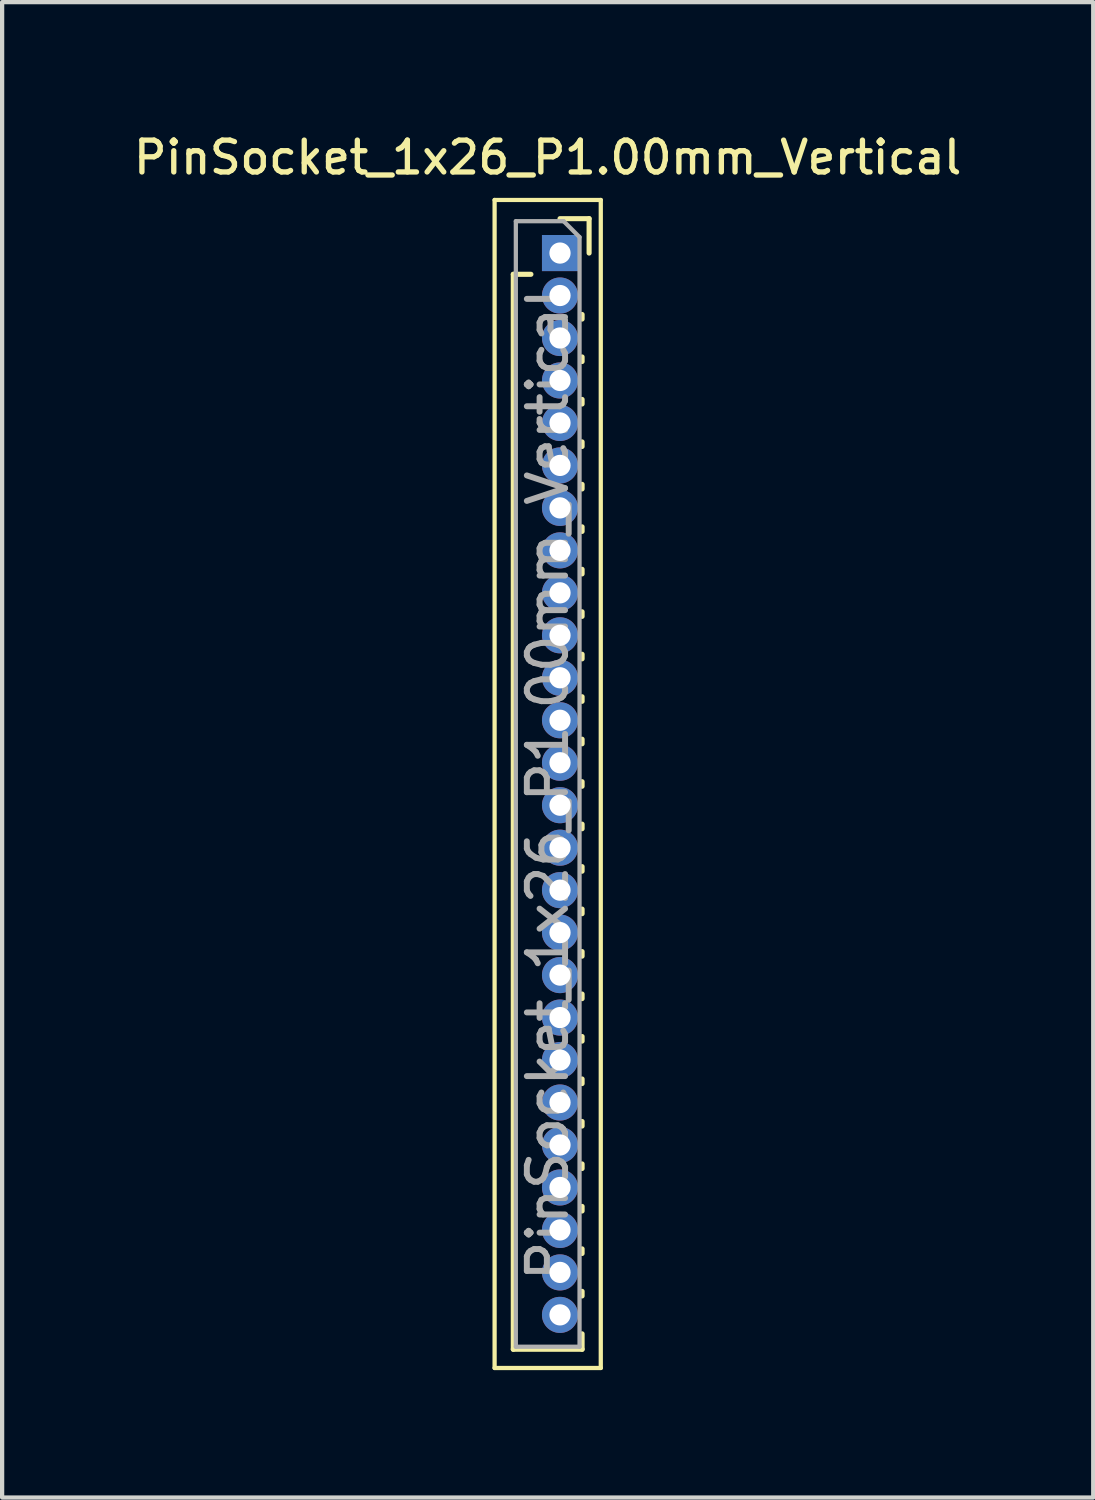
<source format=kicad_pcb>
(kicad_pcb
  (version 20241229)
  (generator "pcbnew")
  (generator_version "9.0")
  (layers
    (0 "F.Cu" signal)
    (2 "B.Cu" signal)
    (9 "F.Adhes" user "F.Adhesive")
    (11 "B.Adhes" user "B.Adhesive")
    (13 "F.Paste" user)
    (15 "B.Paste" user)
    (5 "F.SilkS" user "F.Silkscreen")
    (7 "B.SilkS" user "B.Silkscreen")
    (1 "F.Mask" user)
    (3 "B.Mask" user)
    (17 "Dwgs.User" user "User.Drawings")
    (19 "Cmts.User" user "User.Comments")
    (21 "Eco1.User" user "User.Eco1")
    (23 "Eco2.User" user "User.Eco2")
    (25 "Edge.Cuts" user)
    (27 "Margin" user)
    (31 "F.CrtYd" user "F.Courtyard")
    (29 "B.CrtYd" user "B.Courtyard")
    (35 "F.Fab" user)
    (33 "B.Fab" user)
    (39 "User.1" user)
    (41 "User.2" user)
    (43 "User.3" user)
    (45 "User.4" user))
  (footprint "PinSocket_1x26_P1.00mm_Vertical"
    (layer "F.Cu")
    (at 10.135 2.908)
    (property "Reference" "PinSocket_1x26_P1.00mm_Vertical" (at -0.29 -2.25 0) (layer "F.SilkS") (effects (font (size 0.75 0.75) (thickness 0.125))))
    (attr through_hole)
    (fp_line (start -1.54 -1.25) (end 0.96 -1.25) (stroke (width 0.1) (type solid)) (layer "F.SilkS"))
    (fp_line (start -1.54 26.25) (end -1.54 -1.25) (stroke (width 0.1) (type solid)) (layer "F.SilkS"))
    (fp_line (start -1.1 0.5) (end -1.1 25.81) (stroke (width 0.12) (type solid)) (layer "F.SilkS"))
    (fp_line (start -1.1 0.5) (end -0.685 0.5) (stroke (width 0.12) (type solid)) (layer "F.SilkS"))
    (fp_line (start -1.1 25.81) (end 0.52 25.81) (stroke (width 0.12) (type solid)) (layer "F.SilkS"))
    (fp_line (start 0 -0.81) (end 0.685 -0.81) (stroke (width 0.12) (type solid)) (layer "F.SilkS"))
    (fp_line (start 0.52 1.446) (end 0.52 1.554) (stroke (width 0.12) (type solid)) (layer "F.SilkS"))
    (fp_line (start 0.52 2.446) (end 0.52 2.554) (stroke (width 0.12) (type solid)) (layer "F.SilkS"))
    (fp_line (start 0.52 3.446) (end 0.52 3.554) (stroke (width 0.12) (type solid)) (layer "F.SilkS"))
    (fp_line (start 0.52 4.446) (end 0.52 4.554) (stroke (width 0.12) (type solid)) (layer "F.SilkS"))
    (fp_line (start 0.52 5.446) (end 0.52 5.554) (stroke (width 0.12) (type solid)) (layer "F.SilkS"))
    (fp_line (start 0.52 6.446) (end 0.52 6.554) (stroke (width 0.12) (type solid)) (layer "F.SilkS"))
    (fp_line (start 0.52 7.446) (end 0.52 7.554) (stroke (width 0.12) (type solid)) (layer "F.SilkS"))
    (fp_line (start 0.52 8.446) (end 0.52 8.554) (stroke (width 0.12) (type solid)) (layer "F.SilkS"))
    (fp_line (start 0.52 9.446) (end 0.52 9.554) (stroke (width 0.12) (type solid)) (layer "F.SilkS"))
    (fp_line (start 0.52 10.446) (end 0.52 10.554) (stroke (width 0.12) (type solid)) (layer "F.SilkS"))
    (fp_line (start 0.52 11.446) (end 0.52 11.554) (stroke (width 0.12) (type solid)) (layer "F.SilkS"))
    (fp_line (start 0.52 12.446) (end 0.52 12.554) (stroke (width 0.12) (type solid)) (layer "F.SilkS"))
    (fp_line (start 0.52 13.446) (end 0.52 13.554) (stroke (width 0.12) (type solid)) (layer "F.SilkS"))
    (fp_line (start 0.52 14.446) (end 0.52 14.554) (stroke (width 0.12) (type solid)) (layer "F.SilkS"))
    (fp_line (start 0.52 15.446) (end 0.52 15.554) (stroke (width 0.12) (type solid)) (layer "F.SilkS"))
    (fp_line (start 0.52 16.446) (end 0.52 16.554) (stroke (width 0.12) (type solid)) (layer "F.SilkS"))
    (fp_line (start 0.52 17.446) (end 0.52 17.554) (stroke (width 0.12) (type solid)) (layer "F.SilkS"))
    (fp_line (start 0.52 18.446) (end 0.52 18.554) (stroke (width 0.12) (type solid)) (layer "F.SilkS"))
    (fp_line (start 0.52 19.446) (end 0.52 19.554) (stroke (width 0.12) (type solid)) (layer "F.SilkS"))
    (fp_line (start 0.52 20.446) (end 0.52 20.554) (stroke (width 0.12) (type solid)) (layer "F.SilkS"))
    (fp_line (start 0.52 21.446) (end 0.52 21.554) (stroke (width 0.12) (type solid)) (layer "F.SilkS"))
    (fp_line (start 0.52 22.446) (end 0.52 22.554) (stroke (width 0.12) (type solid)) (layer "F.SilkS"))
    (fp_line (start 0.52 23.446) (end 0.52 23.554) (stroke (width 0.12) (type solid)) (layer "F.SilkS"))
    (fp_line (start 0.52 24.446) (end 0.52 24.554) (stroke (width 0.12) (type solid)) (layer "F.SilkS"))
    (fp_line (start 0.52 25.446) (end 0.52 25.81) (stroke (width 0.12) (type solid)) (layer "F.SilkS"))
    (fp_line (start 0.685 -0.81) (end 0.685 0) (stroke (width 0.12) (type solid)) (layer "F.SilkS"))
    (fp_line (start 0.96 -1.25) (end 0.96 26.25) (stroke (width 0.1) (type solid)) (layer "F.SilkS"))
    (fp_line (start 0.96 26.25) (end -1.54 26.25) (stroke (width 0.1) (type solid)) (layer "F.SilkS"))
    (fp_line (start -1.04 -0.75) (end 0.085 -0.75) (stroke (width 0.1) (type solid)) (layer "F.Fab"))
    (fp_line (start -1.04 25.75) (end -1.04 -0.75) (stroke (width 0.1) (type solid)) (layer "F.Fab"))
    (fp_line (start 0.085 -0.75) (end 0.46 -0.375) (stroke (width 0.1) (type solid)) (layer "F.Fab"))
    (fp_line (start 0.46 -0.375) (end 0.46 25.75) (stroke (width 0.1) (type solid)) (layer "F.Fab"))
    (fp_line (start 0.46 25.75) (end -1.04 25.75) (stroke (width 0.1) (type solid)) (layer "F.Fab"))
    (fp_text user "${REFERENCE}" (at -0.29 12.5 90) (layer "F.Fab") (effects (font (size 0.9 0.9) (thickness 0.14))))
    (pad "1" thru_hole rect (at 0 0) (size 0.85 0.85) (drill 0.5) (layers "*.Cu" "*.Mask"))
    (pad "2" thru_hole oval (at 0 1) (size 0.85 0.85) (drill 0.5) (layers "*.Cu" "*.Mask"))
    (pad "3" thru_hole oval (at 0 2) (size 0.85 0.85) (drill 0.5) (layers "*.Cu" "*.Mask"))
    (pad "4" thru_hole oval (at 0 3) (size 0.85 0.85) (drill 0.5) (layers "*.Cu" "*.Mask"))
    (pad "5" thru_hole oval (at 0 4) (size 0.85 0.85) (drill 0.5) (layers "*.Cu" "*.Mask"))
    (pad "6" thru_hole oval (at 0 5) (size 0.85 0.85) (drill 0.5) (layers "*.Cu" "*.Mask"))
    (pad "7" thru_hole oval (at 0 6) (size 0.85 0.85) (drill 0.5) (layers "*.Cu" "*.Mask"))
    (pad "8" thru_hole oval (at 0 7) (size 0.85 0.85) (drill 0.5) (layers "*.Cu" "*.Mask"))
    (pad "9" thru_hole oval (at 0 8) (size 0.85 0.85) (drill 0.5) (layers "*.Cu" "*.Mask"))
    (pad "10" thru_hole oval (at 0 9) (size 0.85 0.85) (drill 0.5) (layers "*.Cu" "*.Mask"))
    (pad "11" thru_hole oval (at 0 10) (size 0.85 0.85) (drill 0.5) (layers "*.Cu" "*.Mask"))
    (pad "12" thru_hole oval (at 0 11) (size 0.85 0.85) (drill 0.5) (layers "*.Cu" "*.Mask"))
    (pad "13" thru_hole oval (at 0 12) (size 0.85 0.85) (drill 0.5) (layers "*.Cu" "*.Mask"))
    (pad "14" thru_hole oval (at 0 13) (size 0.85 0.85) (drill 0.5) (layers "*.Cu" "*.Mask"))
    (pad "15" thru_hole oval (at 0 14) (size 0.85 0.85) (drill 0.5) (layers "*.Cu" "*.Mask"))
    (pad "16" thru_hole oval (at 0 15) (size 0.85 0.85) (drill 0.5) (layers "*.Cu" "*.Mask"))
    (pad "17" thru_hole oval (at 0 16) (size 0.85 0.85) (drill 0.5) (layers "*.Cu" "*.Mask"))
    (pad "18" thru_hole oval (at 0 17) (size 0.85 0.85) (drill 0.5) (layers "*.Cu" "*.Mask"))
    (pad "19" thru_hole oval (at 0 18) (size 0.85 0.85) (drill 0.5) (layers "*.Cu" "*.Mask"))
    (pad "20" thru_hole oval (at 0 19) (size 0.85 0.85) (drill 0.5) (layers "*.Cu" "*.Mask"))
    (pad "21" thru_hole oval (at 0 20) (size 0.85 0.85) (drill 0.5) (layers "*.Cu" "*.Mask"))
    (pad "22" thru_hole oval (at 0 21) (size 0.85 0.85) (drill 0.5) (layers "*.Cu" "*.Mask"))
    (pad "23" thru_hole oval (at 0 22) (size 0.85 0.85) (drill 0.5) (layers "*.Cu" "*.Mask"))
    (pad "24" thru_hole oval (at 0 23) (size 0.85 0.85) (drill 0.5) (layers "*.Cu" "*.Mask"))
    (pad "25" thru_hole oval (at 0 24) (size 0.85 0.85) (drill 0.5) (layers "*.Cu" "*.Mask"))
    (pad "26" thru_hole oval (at 0 25) (size 0.85 0.85) (drill 0.5) (layers "*.Cu" "*.Mask")))
  (gr_rect
    (start -3 -3)
    (end 22.689 32.208)
    (stroke (width 0.1) (type default))
    (fill no)
    (layer "Edge.Cuts")))
</source>
